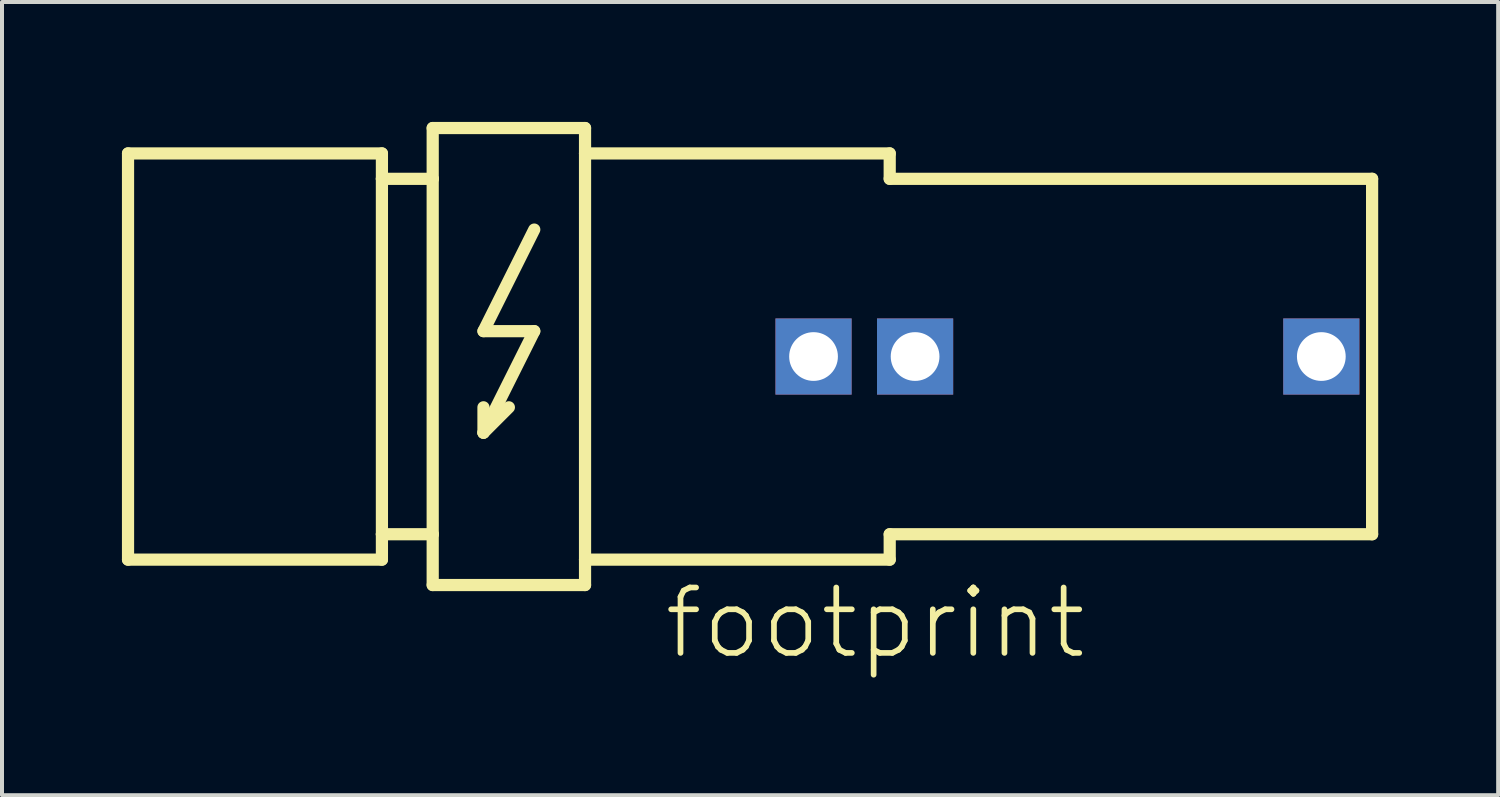
<source format=kicad_pcb>
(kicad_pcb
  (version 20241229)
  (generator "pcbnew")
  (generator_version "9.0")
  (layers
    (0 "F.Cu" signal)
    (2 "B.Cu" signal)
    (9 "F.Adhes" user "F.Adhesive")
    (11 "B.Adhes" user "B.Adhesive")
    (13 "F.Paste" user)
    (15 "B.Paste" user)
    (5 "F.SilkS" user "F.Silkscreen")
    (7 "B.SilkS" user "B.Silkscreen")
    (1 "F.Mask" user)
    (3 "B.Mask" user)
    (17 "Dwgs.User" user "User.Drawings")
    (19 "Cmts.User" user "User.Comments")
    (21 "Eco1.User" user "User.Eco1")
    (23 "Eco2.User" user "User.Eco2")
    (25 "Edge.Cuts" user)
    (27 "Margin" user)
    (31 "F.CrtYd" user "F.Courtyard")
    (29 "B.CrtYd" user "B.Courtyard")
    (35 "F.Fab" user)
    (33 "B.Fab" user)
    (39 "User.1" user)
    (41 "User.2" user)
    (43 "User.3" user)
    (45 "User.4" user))
  (footprint "footprint"
    (layer "F.Cu")
    (at 17.297 5.867)
    (property "Reference" "footprint" (at -3.81 7.62 0) (layer "F.SilkS") (effects (font (size 1.636 1.636) (thickness 0.142)) (justify left bottom)))
    (fp_line (start -17.145 -5.08) (end -10.795 -5.08) (stroke (width 0.305) (type solid)) (layer "F.SilkS"))
    (fp_line (start -17.145 5.08) (end -17.145 -5.08) (stroke (width 0.305) (type solid)) (layer "F.SilkS"))
    (fp_line (start -10.795 -5.08) (end -10.795 -4.445) (stroke (width 0.305) (type solid)) (layer "F.SilkS"))
    (fp_line (start -10.795 -4.445) (end -10.795 4.445) (stroke (width 0.305) (type solid)) (layer "F.SilkS"))
    (fp_line (start -10.795 -4.445) (end -9.525 -4.445) (stroke (width 0.305) (type solid)) (layer "F.SilkS"))
    (fp_line (start -10.795 4.445) (end -10.795 5.08) (stroke (width 0.305) (type solid)) (layer "F.SilkS"))
    (fp_line (start -10.795 4.445) (end -9.525 4.445) (stroke (width 0.305) (type solid)) (layer "F.SilkS"))
    (fp_line (start -10.795 5.08) (end -17.145 5.08) (stroke (width 0.305) (type solid)) (layer "F.SilkS"))
    (fp_line (start -9.525 -4.445) (end -9.525 -5.715) (stroke (width 0.305) (type solid)) (layer "F.SilkS"))
    (fp_line (start -9.525 4.445) (end -9.525 -4.445) (stroke (width 0.305) (type solid)) (layer "F.SilkS"))
    (fp_line (start -9.525 5.715) (end -9.525 4.445) (stroke (width 0.305) (type solid)) (layer "F.SilkS"))
    (fp_line (start -8.255 -0.635) (end -6.985 -0.635) (stroke (width 0.305) (type solid)) (layer "F.SilkS"))
    (fp_line (start -8.255 1.905) (end -8.255 1.27) (stroke (width 0.305) (type solid)) (layer "F.SilkS"))
    (fp_line (start -8.255 1.905) (end -7.62 1.27) (stroke (width 0.305) (type solid)) (layer "F.SilkS"))
    (fp_line (start -6.985 -3.175) (end -8.255 -0.635) (stroke (width 0.305) (type solid)) (layer "F.SilkS"))
    (fp_line (start -6.985 -0.635) (end -8.255 1.905) (stroke (width 0.305) (type solid)) (layer "F.SilkS"))
    (fp_line (start -5.715 -5.715) (end -9.525 -5.715) (stroke (width 0.305) (type solid)) (layer "F.SilkS"))
    (fp_line (start -5.715 -5.08) (end -5.715 -5.715) (stroke (width 0.305) (type solid)) (layer "F.SilkS"))
    (fp_line (start -5.715 -5.08) (end 1.905 -5.08) (stroke (width 0.305) (type solid)) (layer "F.SilkS"))
    (fp_line (start -5.715 5.08) (end -5.715 -5.08) (stroke (width 0.305) (type solid)) (layer "F.SilkS"))
    (fp_line (start -5.715 5.08) (end -5.715 5.715) (stroke (width 0.305) (type solid)) (layer "F.SilkS"))
    (fp_line (start -5.715 5.08) (end 1.905 5.08) (stroke (width 0.305) (type solid)) (layer "F.SilkS"))
    (fp_line (start -5.715 5.715) (end -9.525 5.715) (stroke (width 0.305) (type solid)) (layer "F.SilkS"))
    (fp_line (start 1.905 -4.445) (end 1.905 -5.08) (stroke (width 0.305) (type solid)) (layer "F.SilkS"))
    (fp_line (start 1.905 -4.445) (end 13.97 -4.445) (stroke (width 0.305) (type solid)) (layer "F.SilkS"))
    (fp_line (start 1.905 4.445) (end 1.905 5.08) (stroke (width 0.305) (type solid)) (layer "F.SilkS"))
    (fp_line (start 1.905 4.445) (end 13.97 4.445) (stroke (width 0.305) (type solid)) (layer "F.SilkS"))
    (fp_line (start 13.97 -4.445) (end 13.97 4.445) (stroke (width 0.305) (type solid)) (layer "F.SilkS"))
    (pad "A" thru_hole rect (at 12.7 0) (size 1.905 1.905) (drill 1.219) (layers "*.Cu" "*.Mask"))
    (pad "B" thru_hole rect (at 0 0) (size 1.905 1.905) (drill 1.219) (layers "*.Cu" "*.Mask"))
    (pad "B@1" thru_hole rect (at 2.54 0) (size 1.905 1.905) (drill 1.219) (layers "*.Cu" "*.Mask")))
  (gr_rect
    (start -3 -3)
    (end 34.42 16.838)
    (stroke (width 0.1) (type default))
    (fill no)
    (layer "Edge.Cuts")))
</source>
